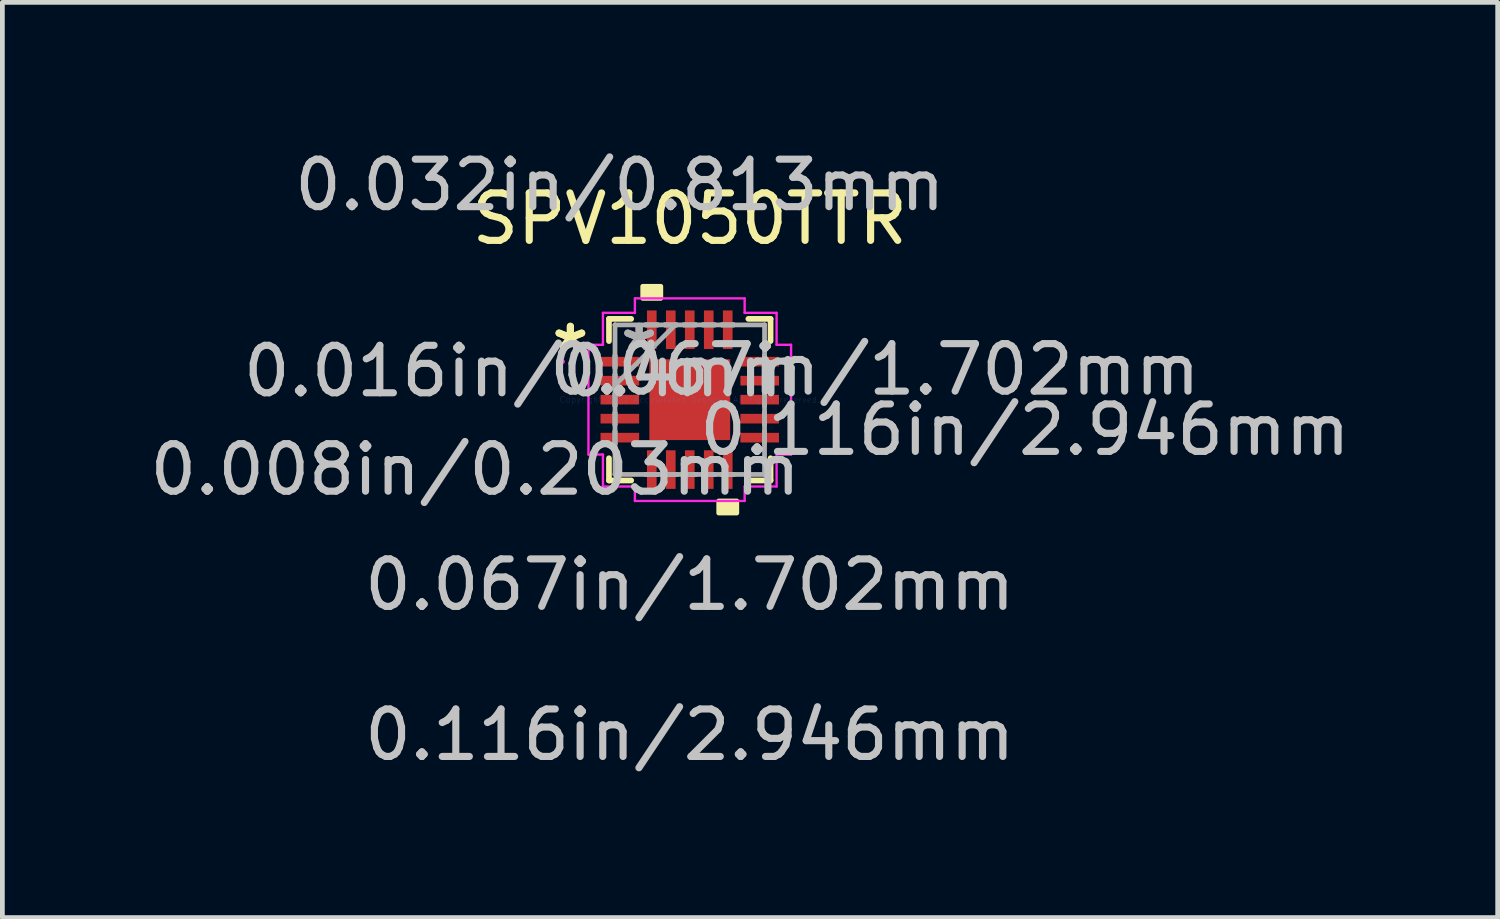
<source format=kicad_pcb>
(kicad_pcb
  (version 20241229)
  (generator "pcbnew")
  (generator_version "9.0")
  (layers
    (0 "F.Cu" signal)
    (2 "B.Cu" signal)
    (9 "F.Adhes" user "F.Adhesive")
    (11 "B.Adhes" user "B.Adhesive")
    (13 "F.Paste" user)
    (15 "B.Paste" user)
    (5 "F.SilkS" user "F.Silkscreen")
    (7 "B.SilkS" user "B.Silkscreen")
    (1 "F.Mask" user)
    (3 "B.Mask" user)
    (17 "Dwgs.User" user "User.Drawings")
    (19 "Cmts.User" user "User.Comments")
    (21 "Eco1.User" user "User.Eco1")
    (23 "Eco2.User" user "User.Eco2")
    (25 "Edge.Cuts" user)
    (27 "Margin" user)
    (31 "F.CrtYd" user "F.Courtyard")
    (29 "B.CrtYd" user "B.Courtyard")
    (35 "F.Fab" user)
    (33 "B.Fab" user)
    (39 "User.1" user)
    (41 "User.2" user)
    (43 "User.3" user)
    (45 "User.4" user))
  (footprint "SPV1050TTR"
    (layer "F.Cu")
    (at 11.48 5.369)
    (property "Reference" "SPV1050TTR" (at 0 -3.81 0) (layer "F.SilkS") (effects (font (size 1 1) (thickness 0.15))))
    (attr through_hole)
    (fp_line (start -1.702 -1.702) (end -1.702 -1.234) (stroke (width 0.12) (type solid)) (layer "F.SilkS"))
    (fp_line (start -1.702 1.234) (end -1.702 1.702) (stroke (width 0.12) (type solid)) (layer "F.SilkS"))
    (fp_line (start -1.702 1.702) (end -1.234 1.702) (stroke (width 0.12) (type solid)) (layer "F.SilkS"))
    (fp_line (start -1.234 -1.702) (end -1.702 -1.702) (stroke (width 0.12) (type solid)) (layer "F.SilkS"))
    (fp_line (start 1.234 1.702) (end 1.702 1.702) (stroke (width 0.12) (type solid)) (layer "F.SilkS"))
    (fp_line (start 1.702 -1.702) (end 1.234 -1.702) (stroke (width 0.12) (type solid)) (layer "F.SilkS"))
    (fp_line (start 1.702 -1.234) (end 1.702 -1.702) (stroke (width 0.12) (type solid)) (layer "F.SilkS"))
    (fp_line (start 1.702 1.702) (end 1.702 1.234) (stroke (width 0.12) (type solid)) (layer "F.SilkS"))
    (fp_poly (pts (xy -0.991 -2.134) (xy -0.991 -2.388) (xy -0.61 -2.388) (xy -0.61 -2.134)) (stroke (width 0.1) (type solid)) (fill yes) (layer "F.SilkS"))
    (fp_poly (pts (xy 0.61 2.134) (xy 0.61 2.388) (xy 0.991 2.388) (xy 0.991 2.134)) (stroke (width 0.1) (type solid)) (fill yes) (layer "F.SilkS"))
    (fp_line (start -2.134 -1.156) (end -1.829 -1.156) (stroke (width 0.05) (type solid)) (layer "F.CrtYd"))
    (fp_line (start -2.134 1.156) (end -2.134 -1.156) (stroke (width 0.05) (type solid)) (layer "F.CrtYd"))
    (fp_line (start -1.829 -1.829) (end -1.156 -1.829) (stroke (width 0.05) (type solid)) (layer "F.CrtYd"))
    (fp_line (start -1.829 -1.156) (end -1.829 -1.829) (stroke (width 0.05) (type solid)) (layer "F.CrtYd"))
    (fp_line (start -1.829 1.156) (end -2.134 1.156) (stroke (width 0.05) (type solid)) (layer "F.CrtYd"))
    (fp_line (start -1.829 1.829) (end -1.829 1.156) (stroke (width 0.05) (type solid)) (layer "F.CrtYd"))
    (fp_line (start -1.156 -2.134) (end 1.156 -2.134) (stroke (width 0.05) (type solid)) (layer "F.CrtYd"))
    (fp_line (start -1.156 -1.829) (end -1.156 -2.134) (stroke (width 0.05) (type solid)) (layer "F.CrtYd"))
    (fp_line (start -1.156 1.829) (end -1.829 1.829) (stroke (width 0.05) (type solid)) (layer "F.CrtYd"))
    (fp_line (start -1.156 2.134) (end -1.156 1.829) (stroke (width 0.05) (type solid)) (layer "F.CrtYd"))
    (fp_line (start 1.156 -2.134) (end 1.156 -1.829) (stroke (width 0.05) (type solid)) (layer "F.CrtYd"))
    (fp_line (start 1.156 -1.829) (end 1.829 -1.829) (stroke (width 0.05) (type solid)) (layer "F.CrtYd"))
    (fp_line (start 1.156 1.829) (end 1.156 2.134) (stroke (width 0.05) (type solid)) (layer "F.CrtYd"))
    (fp_line (start 1.156 2.134) (end -1.156 2.134) (stroke (width 0.05) (type solid)) (layer "F.CrtYd"))
    (fp_line (start 1.829 -1.829) (end 1.829 -1.156) (stroke (width 0.05) (type solid)) (layer "F.CrtYd"))
    (fp_line (start 1.829 -1.156) (end 2.134 -1.156) (stroke (width 0.05) (type solid)) (layer "F.CrtYd"))
    (fp_line (start 1.829 1.156) (end 1.829 1.829) (stroke (width 0.05) (type solid)) (layer "F.CrtYd"))
    (fp_line (start 1.829 1.829) (end 1.156 1.829) (stroke (width 0.05) (type solid)) (layer "F.CrtYd"))
    (fp_line (start 2.134 -1.156) (end 2.134 1.156) (stroke (width 0.05) (type solid)) (layer "F.CrtYd"))
    (fp_line (start 2.134 1.156) (end 1.829 1.156) (stroke (width 0.05) (type solid)) (layer "F.CrtYd"))
    (fp_circle (center -2.68 -0.8) (end -2.68 -0.8) (stroke (width 0.05) (type solid)) (fill no) (layer "F.CrtYd"))
    (fp_line (start -1.575 -1.575) (end -1.575 -1.575) (stroke (width 0.1) (type solid)) (layer "F.Fab"))
    (fp_line (start -1.575 -1.575) (end -1.575 1.575) (stroke (width 0.1) (type solid)) (layer "F.Fab"))
    (fp_line (start -1.575 -0.927) (end -1.575 -0.927) (stroke (width 0.1) (type solid)) (layer "F.Fab"))
    (fp_line (start -1.575 -0.927) (end -1.575 -0.673) (stroke (width 0.1) (type solid)) (layer "F.Fab"))
    (fp_line (start -1.575 -0.673) (end -1.575 -0.927) (stroke (width 0.1) (type solid)) (layer "F.Fab"))
    (fp_line (start -1.575 -0.673) (end -1.575 -0.673) (stroke (width 0.1) (type solid)) (layer "F.Fab"))
    (fp_line (start -1.575 -0.527) (end -1.575 -0.527) (stroke (width 0.1) (type solid)) (layer "F.Fab"))
    (fp_line (start -1.575 -0.527) (end -1.575 -0.273) (stroke (width 0.1) (type solid)) (layer "F.Fab"))
    (fp_line (start -1.575 -0.305) (end -0.305 -1.575) (stroke (width 0.1) (type solid)) (layer "F.Fab"))
    (fp_line (start -1.575 -0.273) (end -1.575 -0.527) (stroke (width 0.1) (type solid)) (layer "F.Fab"))
    (fp_line (start -1.575 -0.273) (end -1.575 -0.273) (stroke (width 0.1) (type solid)) (layer "F.Fab"))
    (fp_line (start -1.575 -0.127) (end -1.575 -0.127) (stroke (width 0.1) (type solid)) (layer "F.Fab"))
    (fp_line (start -1.575 -0.127) (end -1.575 0.127) (stroke (width 0.1) (type solid)) (layer "F.Fab"))
    (fp_line (start -1.575 0.127) (end -1.575 -0.127) (stroke (width 0.1) (type solid)) (layer "F.Fab"))
    (fp_line (start -1.575 0.127) (end -1.575 0.127) (stroke (width 0.1) (type solid)) (layer "F.Fab"))
    (fp_line (start -1.575 0.273) (end -1.575 0.273) (stroke (width 0.1) (type solid)) (layer "F.Fab"))
    (fp_line (start -1.575 0.273) (end -1.575 0.527) (stroke (width 0.1) (type solid)) (layer "F.Fab"))
    (fp_line (start -1.575 0.527) (end -1.575 0.273) (stroke (width 0.1) (type solid)) (layer "F.Fab"))
    (fp_line (start -1.575 0.527) (end -1.575 0.527) (stroke (width 0.1) (type solid)) (layer "F.Fab"))
    (fp_line (start -1.575 0.673) (end -1.575 0.673) (stroke (width 0.1) (type solid)) (layer "F.Fab"))
    (fp_line (start -1.575 0.673) (end -1.575 0.927) (stroke (width 0.1) (type solid)) (layer "F.Fab"))
    (fp_line (start -1.575 0.927) (end -1.575 0.673) (stroke (width 0.1) (type solid)) (layer "F.Fab"))
    (fp_line (start -1.575 0.927) (end -1.575 0.927) (stroke (width 0.1) (type solid)) (layer "F.Fab"))
    (fp_line (start -1.575 1.575) (end -1.575 1.575) (stroke (width 0.1) (type solid)) (layer "F.Fab"))
    (fp_line (start -1.575 1.575) (end 1.575 1.575) (stroke (width 0.1) (type solid)) (layer "F.Fab"))
    (fp_line (start -0.927 -1.575) (end -0.927 -1.575) (stroke (width 0.1) (type solid)) (layer "F.Fab"))
    (fp_line (start -0.927 -1.575) (end -0.673 -1.575) (stroke (width 0.1) (type solid)) (layer "F.Fab"))
    (fp_line (start -0.927 1.575) (end -0.927 1.575) (stroke (width 0.1) (type solid)) (layer "F.Fab"))
    (fp_line (start -0.927 1.575) (end -0.673 1.575) (stroke (width 0.1) (type solid)) (layer "F.Fab"))
    (fp_line (start -0.673 -1.575) (end -0.927 -1.575) (stroke (width 0.1) (type solid)) (layer "F.Fab"))
    (fp_line (start -0.673 -1.575) (end -0.673 -1.575) (stroke (width 0.1) (type solid)) (layer "F.Fab"))
    (fp_line (start -0.673 1.575) (end -0.927 1.575) (stroke (width 0.1) (type solid)) (layer "F.Fab"))
    (fp_line (start -0.673 1.575) (end -0.673 1.575) (stroke (width 0.1) (type solid)) (layer "F.Fab"))
    (fp_line (start -0.527 -1.575) (end -0.527 -1.575) (stroke (width 0.1) (type solid)) (layer "F.Fab"))
    (fp_line (start -0.527 -1.575) (end -0.273 -1.575) (stroke (width 0.1) (type solid)) (layer "F.Fab"))
    (fp_line (start -0.527 1.575) (end -0.527 1.575) (stroke (width 0.1) (type solid)) (layer "F.Fab"))
    (fp_line (start -0.527 1.575) (end -0.273 1.575) (stroke (width 0.1) (type solid)) (layer "F.Fab"))
    (fp_line (start -0.273 -1.575) (end -0.527 -1.575) (stroke (width 0.1) (type solid)) (layer "F.Fab"))
    (fp_line (start -0.273 -1.575) (end -0.273 -1.575) (stroke (width 0.1) (type solid)) (layer "F.Fab"))
    (fp_line (start -0.273 1.575) (end -0.527 1.575) (stroke (width 0.1) (type solid)) (layer "F.Fab"))
    (fp_line (start -0.273 1.575) (end -0.273 1.575) (stroke (width 0.1) (type solid)) (layer "F.Fab"))
    (fp_line (start -0.127 -1.575) (end -0.127 -1.575) (stroke (width 0.1) (type solid)) (layer "F.Fab"))
    (fp_line (start -0.127 -1.575) (end 0.127 -1.575) (stroke (width 0.1) (type solid)) (layer "F.Fab"))
    (fp_line (start -0.127 1.575) (end -0.127 1.575) (stroke (width 0.1) (type solid)) (layer "F.Fab"))
    (fp_line (start -0.127 1.575) (end 0.127 1.575) (stroke (width 0.1) (type solid)) (layer "F.Fab"))
    (fp_line (start 0.127 -1.575) (end -0.127 -1.575) (stroke (width 0.1) (type solid)) (layer "F.Fab"))
    (fp_line (start 0.127 -1.575) (end 0.127 -1.575) (stroke (width 0.1) (type solid)) (layer "F.Fab"))
    (fp_line (start 0.127 1.575) (end -0.127 1.575) (stroke (width 0.1) (type solid)) (layer "F.Fab"))
    (fp_line (start 0.127 1.575) (end 0.127 1.575) (stroke (width 0.1) (type solid)) (layer "F.Fab"))
    (fp_line (start 0.273 -1.575) (end 0.273 -1.575) (stroke (width 0.1) (type solid)) (layer "F.Fab"))
    (fp_line (start 0.273 -1.575) (end 0.527 -1.575) (stroke (width 0.1) (type solid)) (layer "F.Fab"))
    (fp_line (start 0.273 1.575) (end 0.273 1.575) (stroke (width 0.1) (type solid)) (layer "F.Fab"))
    (fp_line (start 0.273 1.575) (end 0.527 1.575) (stroke (width 0.1) (type solid)) (layer "F.Fab"))
    (fp_line (start 0.527 -1.575) (end 0.273 -1.575) (stroke (width 0.1) (type solid)) (layer "F.Fab"))
    (fp_line (start 0.527 -1.575) (end 0.527 -1.575) (stroke (width 0.1) (type solid)) (layer "F.Fab"))
    (fp_line (start 0.527 1.575) (end 0.273 1.575) (stroke (width 0.1) (type solid)) (layer "F.Fab"))
    (fp_line (start 0.527 1.575) (end 0.527 1.575) (stroke (width 0.1) (type solid)) (layer "F.Fab"))
    (fp_line (start 0.673 -1.575) (end 0.673 -1.575) (stroke (width 0.1) (type solid)) (layer "F.Fab"))
    (fp_line (start 0.673 -1.575) (end 0.927 -1.575) (stroke (width 0.1) (type solid)) (layer "F.Fab"))
    (fp_line (start 0.673 1.575) (end 0.673 1.575) (stroke (width 0.1) (type solid)) (layer "F.Fab"))
    (fp_line (start 0.673 1.575) (end 0.927 1.575) (stroke (width 0.1) (type solid)) (layer "F.Fab"))
    (fp_line (start 0.927 -1.575) (end 0.673 -1.575) (stroke (width 0.1) (type solid)) (layer "F.Fab"))
    (fp_line (start 0.927 -1.575) (end 0.927 -1.575) (stroke (width 0.1) (type solid)) (layer "F.Fab"))
    (fp_line (start 0.927 1.575) (end 0.673 1.575) (stroke (width 0.1) (type solid)) (layer "F.Fab"))
    (fp_line (start 0.927 1.575) (end 0.927 1.575) (stroke (width 0.1) (type solid)) (layer "F.Fab"))
    (fp_line (start 1.575 -1.575) (end -1.575 -1.575) (stroke (width 0.1) (type solid)) (layer "F.Fab"))
    (fp_line (start 1.575 -1.575) (end 1.575 -1.575) (stroke (width 0.1) (type solid)) (layer "F.Fab"))
    (fp_line (start 1.575 -0.927) (end 1.575 -0.927) (stroke (width 0.1) (type solid)) (layer "F.Fab"))
    (fp_line (start 1.575 -0.927) (end 1.575 -0.673) (stroke (width 0.1) (type solid)) (layer "F.Fab"))
    (fp_line (start 1.575 -0.673) (end 1.575 -0.927) (stroke (width 0.1) (type solid)) (layer "F.Fab"))
    (fp_line (start 1.575 -0.673) (end 1.575 -0.673) (stroke (width 0.1) (type solid)) (layer "F.Fab"))
    (fp_line (start 1.575 -0.527) (end 1.575 -0.527) (stroke (width 0.1) (type solid)) (layer "F.Fab"))
    (fp_line (start 1.575 -0.527) (end 1.575 -0.273) (stroke (width 0.1) (type solid)) (layer "F.Fab"))
    (fp_line (start 1.575 -0.273) (end 1.575 -0.527) (stroke (width 0.1) (type solid)) (layer "F.Fab"))
    (fp_line (start 1.575 -0.273) (end 1.575 -0.273) (stroke (width 0.1) (type solid)) (layer "F.Fab"))
    (fp_line (start 1.575 -0.127) (end 1.575 -0.127) (stroke (width 0.1) (type solid)) (layer "F.Fab"))
    (fp_line (start 1.575 -0.127) (end 1.575 0.127) (stroke (width 0.1) (type solid)) (layer "F.Fab"))
    (fp_line (start 1.575 0.127) (end 1.575 -0.127) (stroke (width 0.1) (type solid)) (layer "F.Fab"))
    (fp_line (start 1.575 0.127) (end 1.575 0.127) (stroke (width 0.1) (type solid)) (layer "F.Fab"))
    (fp_line (start 1.575 0.273) (end 1.575 0.273) (stroke (width 0.1) (type solid)) (layer "F.Fab"))
    (fp_line (start 1.575 0.273) (end 1.575 0.527) (stroke (width 0.1) (type solid)) (layer "F.Fab"))
    (fp_line (start 1.575 0.527) (end 1.575 0.273) (stroke (width 0.1) (type solid)) (layer "F.Fab"))
    (fp_line (start 1.575 0.527) (end 1.575 0.527) (stroke (width 0.1) (type solid)) (layer "F.Fab"))
    (fp_line (start 1.575 0.673) (end 1.575 0.673) (stroke (width 0.1) (type solid)) (layer "F.Fab"))
    (fp_line (start 1.575 0.673) (end 1.575 0.927) (stroke (width 0.1) (type solid)) (layer "F.Fab"))
    (fp_line (start 1.575 0.927) (end 1.575 0.673) (stroke (width 0.1) (type solid)) (layer "F.Fab"))
    (fp_line (start 1.575 0.927) (end 1.575 0.927) (stroke (width 0.1) (type solid)) (layer "F.Fab"))
    (fp_line (start 1.575 1.575) (end 1.575 -1.575) (stroke (width 0.1) (type solid)) (layer "F.Fab"))
    (fp_line (start 1.575 1.575) (end 1.575 1.575) (stroke (width 0.1) (type solid)) (layer "F.Fab"))
    (fp_text user "*" (at -2.515 -1 0) (layer "F.SilkS") (effects (font (size 1 1) (thickness 0.15))))
    (fp_text user "*" (at -2.515 -1 0) (layer "F.SilkS") (effects (font (size 1 1) (thickness 0.15))))
    (fp_text user "0.008in/0.203mm" (at -4.521 1.473 0) (layer "Dwgs.User") (effects (font (size 1 1) (thickness 0.15))))
    (fp_text user "0.067in/1.702mm" (at 0 3.899 0) (layer "Dwgs.User") (effects (font (size 1 1) (thickness 0.15))))
    (fp_text user "0.032in/0.813mm" (at -1.473 -4.521 0) (layer "Dwgs.User") (effects (font (size 1 1) (thickness 0.15))))
    (fp_text user "0.116in/2.946mm" (at 7.061 0.635 0) (layer "Dwgs.User") (effects (font (size 1 1) (thickness 0.15))))
    (fp_text user "0.067in/1.702mm" (at 3.899 -0.635 0) (layer "Dwgs.User") (effects (font (size 1 1) (thickness 0.15))))
    (fp_text user "0.116in/2.946mm" (at 0 7.061 0) (layer "Dwgs.User") (effects (font (size 1 1) (thickness 0.15))))
    (fp_text user "0.016in/0.4mm" (at -3.505 -0.6 0) (layer "Dwgs.User") (effects (font (size 1 1) (thickness 0.15))))
    (fp_text user "Copyright 2021 Accelerated Designs. All rights reserved." (at 0 0 0) (layer "Cmts.User") (effects (font (size 0.127 0.127) (thickness 0.002))))
    (fp_text user "*" (at -1.067 -1 0) (layer "F.Fab") (effects (font (size 1 1) (thickness 0.15))))
    (fp_text user "*" (at -1.067 -1 0) (layer "F.Fab") (effects (font (size 1 1) (thickness 0.15))))
    (pad "1" smd rect (at -1.473 -0.8 90) (size 0.203 0.813) (layers "F.Cu" "F.Mask" "F.Paste"))
    (pad "2" smd rect (at -1.473 -0.4 90) (size 0.203 0.813) (layers "F.Cu" "F.Mask" "F.Paste"))
    (pad "3" smd rect (at -1.473 0 90) (size 0.203 0.813) (layers "F.Cu" "F.Mask" "F.Paste"))
    (pad "4" smd rect (at -1.473 0.4 90) (size 0.203 0.813) (layers "F.Cu" "F.Mask" "F.Paste"))
    (pad "5" smd rect (at -1.473 0.8 90) (size 0.203 0.813) (layers "F.Cu" "F.Mask" "F.Paste"))
    (pad "6" smd rect (at -0.8 1.473) (size 0.203 0.813) (layers "F.Cu" "F.Mask" "F.Paste"))
    (pad "7" smd rect (at -0.4 1.473) (size 0.203 0.813) (layers "F.Cu" "F.Mask" "F.Paste"))
    (pad "8" smd rect (at 0 1.473) (size 0.203 0.813) (layers "F.Cu" "F.Mask" "F.Paste"))
    (pad "9" smd rect (at 0.4 1.473) (size 0.203 0.813) (layers "F.Cu" "F.Mask" "F.Paste"))
    (pad "10" smd rect (at 0.8 1.473) (size 0.203 0.813) (layers "F.Cu" "F.Mask" "F.Paste"))
    (pad "11" smd rect (at 1.473 0.8 90) (size 0.203 0.813) (layers "F.Cu" "F.Mask" "F.Paste"))
    (pad "12" smd rect (at 1.473 0.4 90) (size 0.203 0.813) (layers "F.Cu" "F.Mask" "F.Paste"))
    (pad "13" smd rect (at 1.473 0 90) (size 0.203 0.813) (layers "F.Cu" "F.Mask" "F.Paste"))
    (pad "14" smd rect (at 1.473 -0.4 90) (size 0.203 0.813) (layers "F.Cu" "F.Mask" "F.Paste"))
    (pad "15" smd rect (at 1.473 -0.8 90) (size 0.203 0.813) (layers "F.Cu" "F.Mask" "F.Paste"))
    (pad "16" smd rect (at 0.8 -1.473) (size 0.203 0.813) (layers "F.Cu" "F.Mask" "F.Paste"))
    (pad "17" smd rect (at 0.4 -1.473) (size 0.203 0.813) (layers "F.Cu" "F.Mask" "F.Paste"))
    (pad "18" smd rect (at 0 -1.473) (size 0.203 0.813) (layers "F.Cu" "F.Mask" "F.Paste"))
    (pad "19" smd rect (at -0.4 -1.473) (size 0.203 0.813) (layers "F.Cu" "F.Mask" "F.Paste"))
    (pad "20" smd rect (at -0.8 -1.473) (size 0.203 0.813) (layers "F.Cu" "F.Mask" "F.Paste"))
    (pad "21" smd rect (at 0 0) (size 1.702 1.702) (layers "F.Cu" "F.Mask" "F.Paste")))
  (gr_rect
    (start -3 -3)
    (end 28.499 16.279)
    (stroke (width 0.1) (type default))
    (fill no)
    (layer "Edge.Cuts")))
</source>
